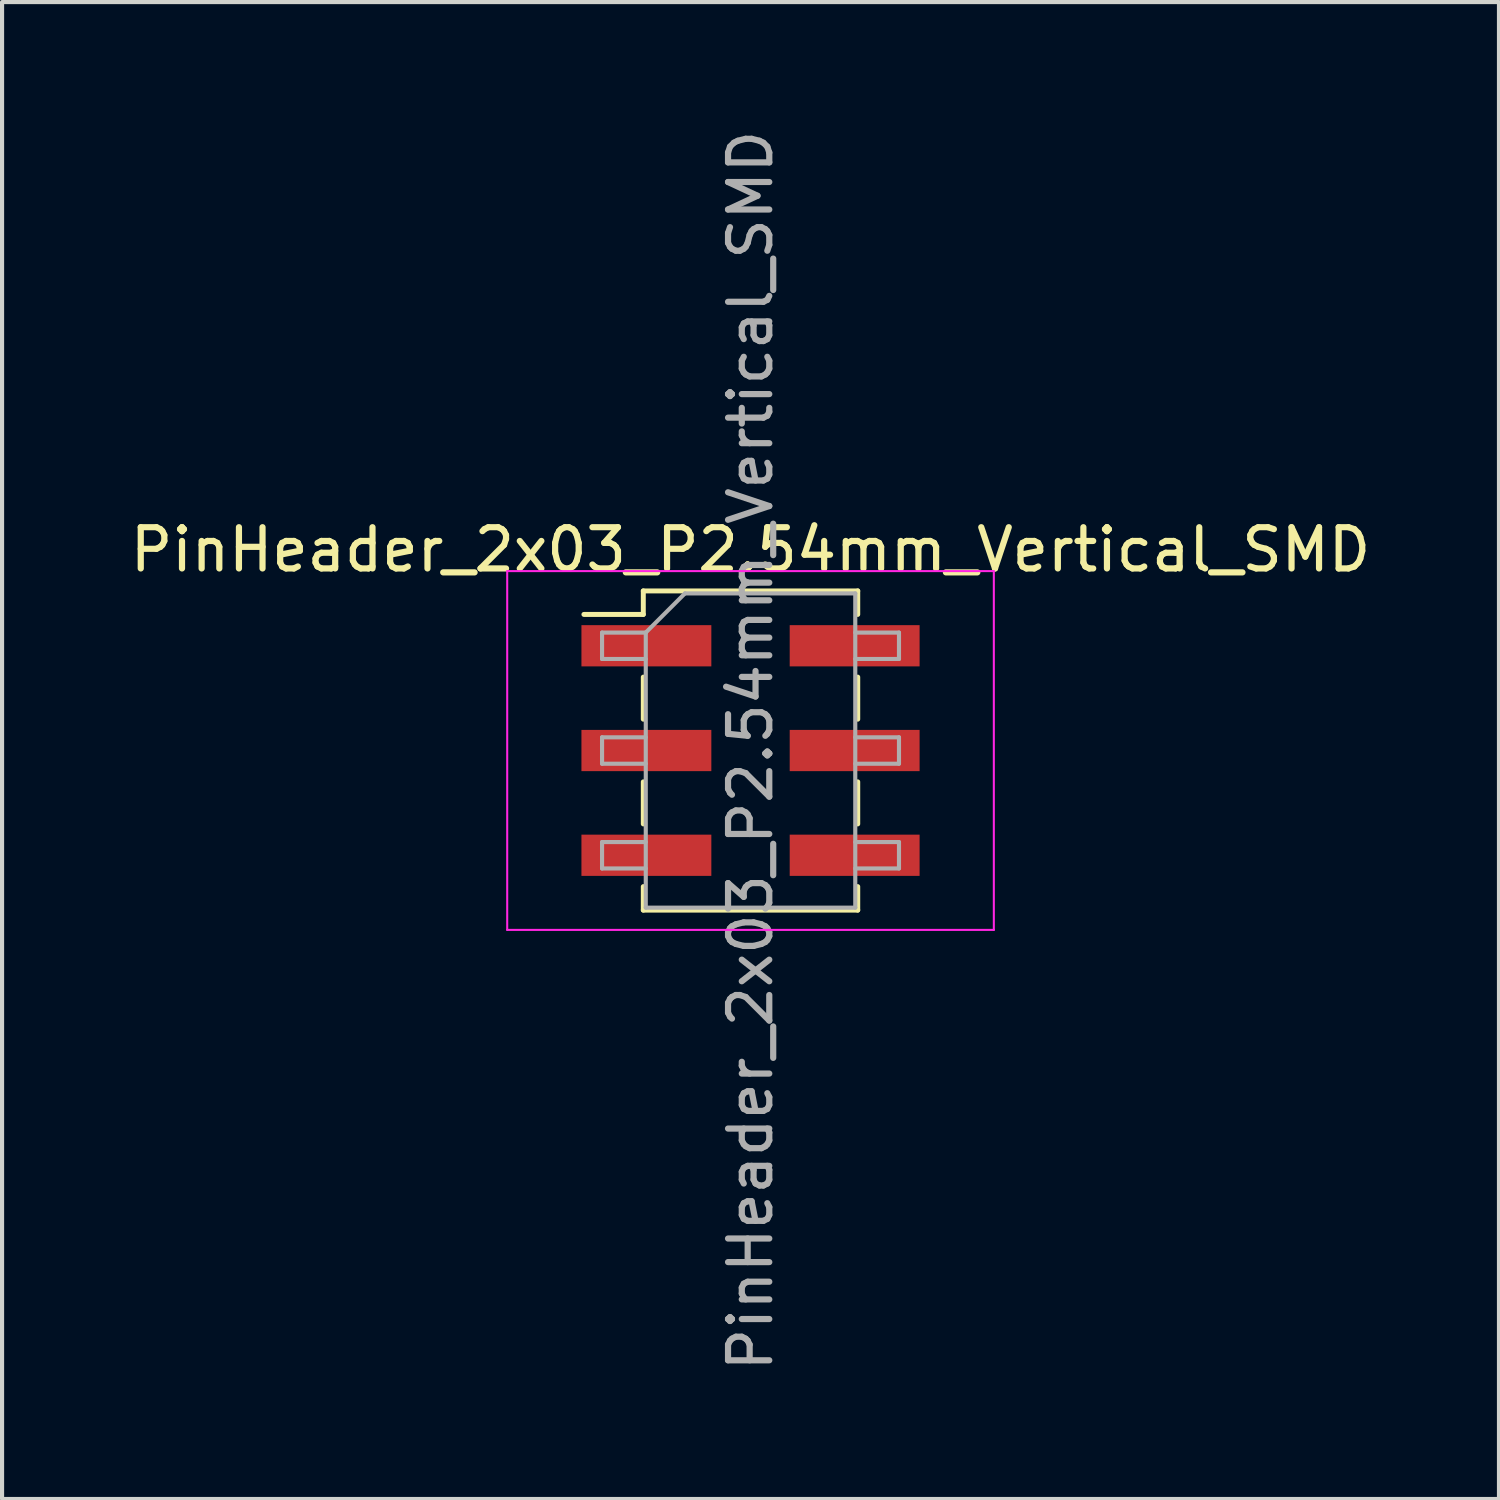
<source format=kicad_pcb>
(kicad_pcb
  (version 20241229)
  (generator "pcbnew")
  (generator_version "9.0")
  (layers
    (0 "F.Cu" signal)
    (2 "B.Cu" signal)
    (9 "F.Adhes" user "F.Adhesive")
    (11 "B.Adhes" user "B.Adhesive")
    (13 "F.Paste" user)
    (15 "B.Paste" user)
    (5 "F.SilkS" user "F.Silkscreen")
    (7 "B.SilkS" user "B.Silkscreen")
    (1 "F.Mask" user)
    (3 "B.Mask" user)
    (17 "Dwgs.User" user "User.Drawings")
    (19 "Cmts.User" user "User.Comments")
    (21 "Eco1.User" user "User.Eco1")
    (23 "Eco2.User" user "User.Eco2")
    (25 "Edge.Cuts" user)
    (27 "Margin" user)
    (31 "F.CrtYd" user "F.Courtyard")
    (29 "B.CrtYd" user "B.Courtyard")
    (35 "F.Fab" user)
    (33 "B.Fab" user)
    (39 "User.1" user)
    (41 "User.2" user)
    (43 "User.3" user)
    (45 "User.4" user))
  (footprint "PinHeader_2x03_P2.54mm_Vertical_SMD"
    (layer "F.Cu")
    (at 15.149 15.149)
    (property "Reference" "PinHeader_2x03_P2.54mm_Vertical_SMD" (at 0 -4.87 0) (layer "F.SilkS") (effects (font (size 1 1) (thickness 0.15))))
    (attr smd)
    (fp_line (start -4.04 -3.3) (end -2.6 -3.3) (stroke (width 0.12) (type solid)) (layer "F.SilkS"))
    (fp_line (start -2.6 -3.87) (end -2.6 -3.3) (stroke (width 0.12) (type solid)) (layer "F.SilkS"))
    (fp_line (start -2.6 -3.87) (end 2.6 -3.87) (stroke (width 0.12) (type solid)) (layer "F.SilkS"))
    (fp_line (start -2.6 -1.78) (end -2.6 -0.76) (stroke (width 0.12) (type solid)) (layer "F.SilkS"))
    (fp_line (start -2.6 0.76) (end -2.6 1.78) (stroke (width 0.12) (type solid)) (layer "F.SilkS"))
    (fp_line (start -2.6 3.3) (end -2.6 3.87) (stroke (width 0.12) (type solid)) (layer "F.SilkS"))
    (fp_line (start -2.6 3.87) (end 2.6 3.87) (stroke (width 0.12) (type solid)) (layer "F.SilkS"))
    (fp_line (start 2.6 -3.87) (end 2.6 -3.3) (stroke (width 0.12) (type solid)) (layer "F.SilkS"))
    (fp_line (start 2.6 -1.78) (end 2.6 -0.76) (stroke (width 0.12) (type solid)) (layer "F.SilkS"))
    (fp_line (start 2.6 0.76) (end 2.6 1.78) (stroke (width 0.12) (type solid)) (layer "F.SilkS"))
    (fp_line (start 2.6 3.3) (end 2.6 3.87) (stroke (width 0.12) (type solid)) (layer "F.SilkS"))
    (fp_line (start -5.9 -4.35) (end -5.9 4.35) (stroke (width 0.05) (type solid)) (layer "F.CrtYd"))
    (fp_line (start -5.9 4.35) (end 5.9 4.35) (stroke (width 0.05) (type solid)) (layer "F.CrtYd"))
    (fp_line (start 5.9 -4.35) (end -5.9 -4.35) (stroke (width 0.05) (type solid)) (layer "F.CrtYd"))
    (fp_line (start 5.9 4.35) (end 5.9 -4.35) (stroke (width 0.05) (type solid)) (layer "F.CrtYd"))
    (fp_line (start -3.6 -2.86) (end -3.6 -2.22) (stroke (width 0.1) (type solid)) (layer "F.Fab"))
    (fp_line (start -3.6 -2.22) (end -2.54 -2.22) (stroke (width 0.1) (type solid)) (layer "F.Fab"))
    (fp_line (start -3.6 -0.32) (end -3.6 0.32) (stroke (width 0.1) (type solid)) (layer "F.Fab"))
    (fp_line (start -3.6 0.32) (end -2.54 0.32) (stroke (width 0.1) (type solid)) (layer "F.Fab"))
    (fp_line (start -3.6 2.22) (end -3.6 2.86) (stroke (width 0.1) (type solid)) (layer "F.Fab"))
    (fp_line (start -3.6 2.86) (end -2.54 2.86) (stroke (width 0.1) (type solid)) (layer "F.Fab"))
    (fp_line (start -2.54 -2.86) (end -3.6 -2.86) (stroke (width 0.1) (type solid)) (layer "F.Fab"))
    (fp_line (start -2.54 -2.86) (end -1.59 -3.81) (stroke (width 0.1) (type solid)) (layer "F.Fab"))
    (fp_line (start -2.54 -0.32) (end -3.6 -0.32) (stroke (width 0.1) (type solid)) (layer "F.Fab"))
    (fp_line (start -2.54 2.22) (end -3.6 2.22) (stroke (width 0.1) (type solid)) (layer "F.Fab"))
    (fp_line (start -2.54 3.81) (end -2.54 -2.86) (stroke (width 0.1) (type solid)) (layer "F.Fab"))
    (fp_line (start -1.59 -3.81) (end 2.54 -3.81) (stroke (width 0.1) (type solid)) (layer "F.Fab"))
    (fp_line (start 2.54 -3.81) (end 2.54 3.81) (stroke (width 0.1) (type solid)) (layer "F.Fab"))
    (fp_line (start 2.54 -2.86) (end 3.6 -2.86) (stroke (width 0.1) (type solid)) (layer "F.Fab"))
    (fp_line (start 2.54 -0.32) (end 3.6 -0.32) (stroke (width 0.1) (type solid)) (layer "F.Fab"))
    (fp_line (start 2.54 2.22) (end 3.6 2.22) (stroke (width 0.1) (type solid)) (layer "F.Fab"))
    (fp_line (start 2.54 3.81) (end -2.54 3.81) (stroke (width 0.1) (type solid)) (layer "F.Fab"))
    (fp_line (start 3.6 -2.86) (end 3.6 -2.22) (stroke (width 0.1) (type solid)) (layer "F.Fab"))
    (fp_line (start 3.6 -2.22) (end 2.54 -2.22) (stroke (width 0.1) (type solid)) (layer "F.Fab"))
    (fp_line (start 3.6 -0.32) (end 3.6 0.32) (stroke (width 0.1) (type solid)) (layer "F.Fab"))
    (fp_line (start 3.6 0.32) (end 2.54 0.32) (stroke (width 0.1) (type solid)) (layer "F.Fab"))
    (fp_line (start 3.6 2.22) (end 3.6 2.86) (stroke (width 0.1) (type solid)) (layer "F.Fab"))
    (fp_line (start 3.6 2.86) (end 2.54 2.86) (stroke (width 0.1) (type solid)) (layer "F.Fab"))
    (fp_text user "${REFERENCE}" (at 0 0 90) (layer "F.Fab") (effects (font (size 1 1) (thickness 0.15))))
    (pad "1" smd rect (at -2.525 -2.54) (size 3.15 1) (layers "F.Cu" "F.Mask" "F.Paste"))
    (pad "2" smd rect (at 2.525 -2.54) (size 3.15 1) (layers "F.Cu" "F.Mask" "F.Paste"))
    (pad "3" smd rect (at -2.525 0) (size 3.15 1) (layers "F.Cu" "F.Mask" "F.Paste"))
    (pad "4" smd rect (at 2.525 0) (size 3.15 1) (layers "F.Cu" "F.Mask" "F.Paste"))
    (pad "5" smd rect (at -2.525 2.54) (size 3.15 1) (layers "F.Cu" "F.Mask" "F.Paste"))
    (pad "6" smd rect (at 2.525 2.54) (size 3.15 1) (layers "F.Cu" "F.Mask" "F.Paste")))
  (gr_rect
    (start -3 -3)
    (end 33.298 33.298)
    (stroke (width 0.1) (type default))
    (fill no)
    (layer "Edge.Cuts")))
</source>
